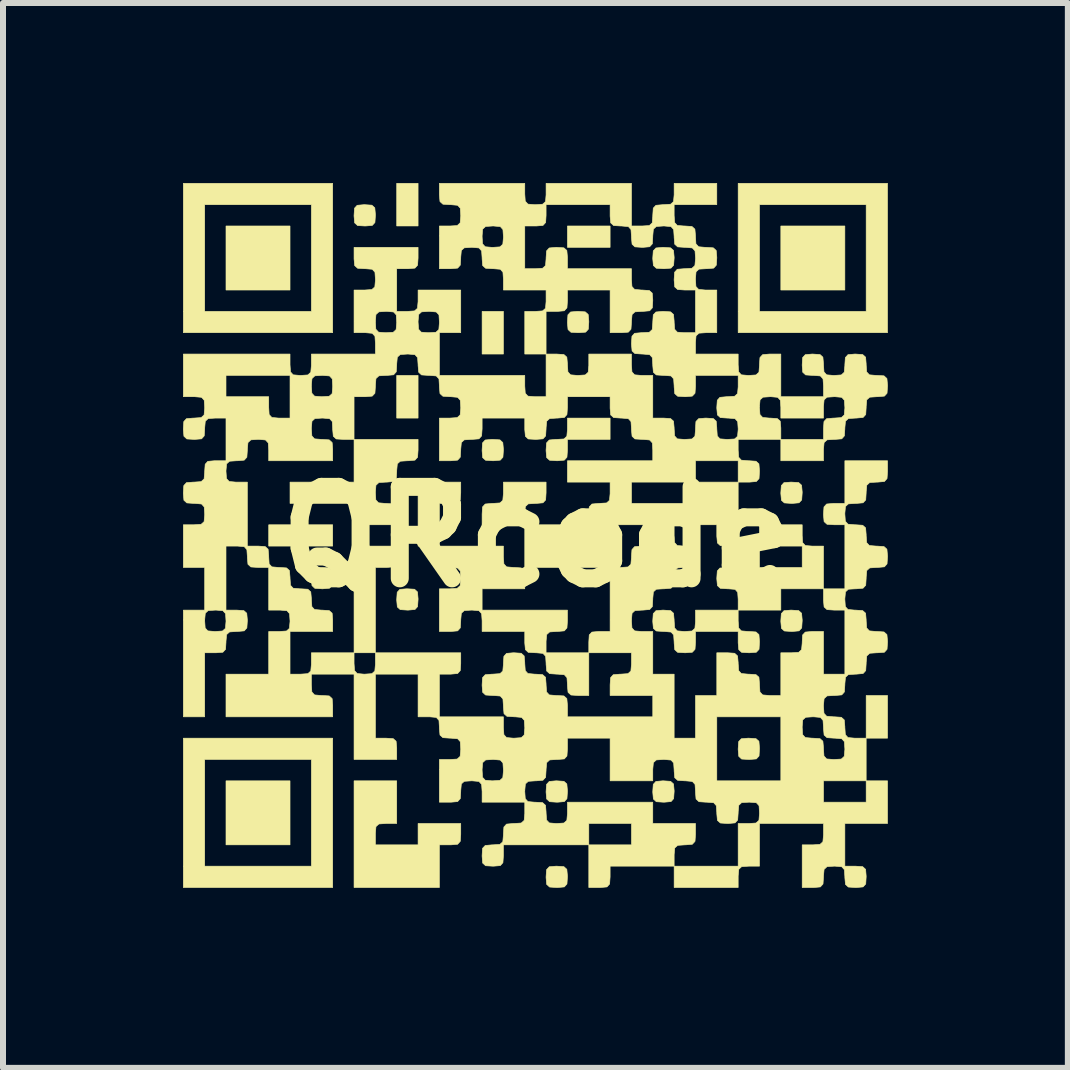
<source format=kicad_pcb>
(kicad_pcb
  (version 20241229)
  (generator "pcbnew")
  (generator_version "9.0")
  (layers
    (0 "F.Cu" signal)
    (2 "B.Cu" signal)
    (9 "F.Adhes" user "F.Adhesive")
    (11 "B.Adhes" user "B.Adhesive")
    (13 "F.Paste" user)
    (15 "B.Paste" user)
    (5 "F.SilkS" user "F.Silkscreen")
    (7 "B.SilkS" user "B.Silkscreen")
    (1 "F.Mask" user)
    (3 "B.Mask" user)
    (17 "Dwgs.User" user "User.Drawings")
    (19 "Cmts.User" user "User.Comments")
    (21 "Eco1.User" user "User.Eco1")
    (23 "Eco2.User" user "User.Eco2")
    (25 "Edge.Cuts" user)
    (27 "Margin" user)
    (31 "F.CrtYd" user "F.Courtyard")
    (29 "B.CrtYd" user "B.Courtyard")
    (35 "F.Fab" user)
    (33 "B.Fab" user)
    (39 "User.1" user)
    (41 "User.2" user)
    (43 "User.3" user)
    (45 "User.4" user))
  (footprint "QRcode"
    (layer "F.Cu")
    (at 5.898 5.898)
    (property "Reference" "QRcode" (at 0 0 0) (layer "F.SilkS") (effects (font (size 1.524 1.524) (thickness 0.3))))
    (attr through_hole)
    (fp_poly (pts (xy -4.115 -4.115) (xy -5.182 -4.115) (xy -5.182 -5.182) (xy -4.115 -5.182) (xy -4.115 -4.115)) (stroke (width 0.01) (type solid)) (fill yes) (layer "F.SilkS"))
    (fp_poly (pts (xy -4.115 5.131) (xy -5.182 5.131) (xy -5.182 4.064) (xy -4.115 4.064) (xy -4.115 5.131)) (stroke (width 0.01) (type solid)) (fill yes) (layer "F.SilkS"))
    (fp_poly (pts (xy -3.404 0.152) (xy -4.47 0.152) (xy -4.47 -0.203) (xy -3.404 -0.203) (xy -3.404 0.152)) (stroke (width 0.01) (type solid)) (fill yes) (layer "F.SilkS"))
    (fp_poly (pts (xy -1.981 -5.182) (xy -2.337 -5.182) (xy -2.337 -5.893) (xy -1.981 -5.893) (xy -1.981 -5.182)) (stroke (width 0.01) (type solid)) (fill yes) (layer "F.SilkS"))
    (fp_poly (pts (xy -1.981 -1.981) (xy -2.337 -1.981) (xy -2.337 -2.692) (xy -1.981 -2.692) (xy -1.981 -1.981)) (stroke (width 0.01) (type solid)) (fill yes) (layer "F.SilkS"))
    (fp_poly (pts (xy -0.559 -3.048) (xy -0.914 -3.048) (xy -0.914 -3.759) (xy -0.559 -3.759) (xy -0.559 -3.048)) (stroke (width 0.01) (type solid)) (fill yes) (layer "F.SilkS"))
    (fp_poly (pts (xy 1.219 -4.826) (xy 0.508 -4.826) (xy 0.508 -5.182) (xy 1.219 -5.182) (xy 1.219 -4.826)) (stroke (width 0.01) (type solid)) (fill yes) (layer "F.SilkS"))
    (fp_poly (pts (xy 5.131 -4.115) (xy 4.064 -4.115) (xy 4.064 -5.182) (xy 5.131 -5.182) (xy 5.131 -4.115)) (stroke (width 0.01) (type solid)) (fill yes) (layer "F.SilkS"))
    (fp_poly (pts (xy 5.842 3.353) (xy 5.486 3.353) (xy 5.486 2.642) (xy 5.842 2.642) (xy 5.842 3.353)) (stroke (width 0.01) (type solid)) (fill yes) (layer "F.SilkS"))
    (fp_poly (pts (xy -2.337 0.33) (xy -2.345 0.449) (xy -2.389 0.498) (xy -2.501 0.508) (xy -2.515 0.508) (xy -2.692 0.508) (xy -2.692 1.93) (xy -3.048 1.93) (xy -3.048 0.152) (xy -2.337 0.152) (xy -2.337 0.33)) (stroke (width 0.01) (type solid)) (fill yes) (layer "F.SilkS"))
    (fp_poly (pts (xy -3.404 -3.404) (xy -5.893 -3.404) (xy -5.893 -5.537) (xy -5.537 -5.537) (xy -5.537 -3.759) (xy -3.759 -3.759) (xy -3.759 -5.537) (xy -5.537 -5.537) (xy -5.893 -5.537) (xy -5.893 -5.893) (xy -3.404 -5.893) (xy -3.404 -3.404)) (stroke (width 0.01) (type solid)) (fill yes) (layer "F.SilkS"))
    (fp_poly (pts (xy -3.404 5.842) (xy -5.893 5.842) (xy -5.893 3.708) (xy -5.537 3.708) (xy -5.537 5.486) (xy -3.759 5.486) (xy -3.759 3.708) (xy -5.537 3.708) (xy -5.893 3.708) (xy -5.893 3.353) (xy -3.404 3.353) (xy -3.404 5.842)) (stroke (width 0.01) (type solid)) (fill yes) (layer "F.SilkS"))
    (fp_poly (pts (xy 5.842 -3.404) (xy 3.353 -3.404) (xy 3.353 -5.537) (xy 3.708 -5.537) (xy 3.708 -3.759) (xy 5.486 -3.759) (xy 5.486 -5.537) (xy 3.708 -5.537) (xy 3.353 -5.537) (xy 3.353 -5.893) (xy 5.842 -5.893) (xy 5.842 -3.404)) (stroke (width 0.01) (type solid)) (fill yes) (layer "F.SilkS"))
    (fp_poly (pts (xy -3.462 0.516) (xy -3.413 0.56) (xy -3.404 0.672) (xy -3.404 0.686) (xy -3.411 0.805) (xy -3.456 0.854) (xy -3.568 0.864) (xy -3.581 0.864) (xy -3.701 0.856) (xy -3.749 0.811) (xy -3.759 0.699) (xy -3.759 0.686) (xy -3.751 0.567) (xy -3.707 0.518) (xy -3.595 0.508) (xy -3.581 0.508) (xy -3.462 0.516)) (stroke (width 0.01) (type solid)) (fill yes) (layer "F.SilkS"))
    (fp_poly (pts (xy -2.751 -5.529) (xy -2.702 -5.485) (xy -2.692 -5.373) (xy -2.692 -5.359) (xy -2.7 -5.24) (xy -2.745 -5.191) (xy -2.857 -5.182) (xy -2.87 -5.182) (xy -2.989 -5.189) (xy -3.038 -5.234) (xy -3.048 -5.346) (xy -3.048 -5.359) (xy -3.04 -5.479) (xy -2.996 -5.527) (xy -2.884 -5.537) (xy -2.87 -5.537) (xy -2.751 -5.529)) (stroke (width 0.01) (type solid)) (fill yes) (layer "F.SilkS"))
    (fp_poly (pts (xy -2.04 0.871) (xy -1.991 0.916) (xy -1.981 1.028) (xy -1.981 1.041) (xy -1.989 1.161) (xy -2.033 1.209) (xy -2.145 1.219) (xy -2.159 1.219) (xy -2.278 1.211) (xy -2.327 1.167) (xy -2.337 1.055) (xy -2.337 1.041) (xy -2.329 0.922) (xy -2.285 0.873) (xy -2.173 0.864) (xy -2.159 0.864) (xy -2.04 0.871)) (stroke (width 0.01) (type solid)) (fill yes) (layer "F.SilkS"))
    (fp_poly (pts (xy -0.617 -1.618) (xy -0.569 -1.573) (xy -0.559 -1.461) (xy -0.559 -1.448) (xy -0.567 -1.329) (xy -0.611 -1.28) (xy -0.723 -1.27) (xy -0.737 -1.27) (xy -0.856 -1.278) (xy -0.905 -1.322) (xy -0.914 -1.434) (xy -0.914 -1.448) (xy -0.907 -1.567) (xy -0.862 -1.616) (xy -0.75 -1.626) (xy -0.737 -1.626) (xy -0.617 -1.618)) (stroke (width 0.01) (type solid)) (fill yes) (layer "F.SilkS"))
    (fp_poly (pts (xy 0.449 4.072) (xy 0.498 4.116) (xy 0.508 4.228) (xy 0.508 4.242) (xy 0.5 4.361) (xy 0.456 4.41) (xy 0.344 4.42) (xy 0.33 4.42) (xy 0.211 4.412) (xy 0.162 4.367) (xy 0.152 4.255) (xy 0.152 4.242) (xy 0.16 4.123) (xy 0.205 4.074) (xy 0.317 4.064) (xy 0.33 4.064) (xy 0.449 4.072)) (stroke (width 0.01) (type solid)) (fill yes) (layer "F.SilkS"))
    (fp_poly (pts (xy 0.449 5.494) (xy 0.498 5.539) (xy 0.508 5.651) (xy 0.508 5.664) (xy 0.5 5.783) (xy 0.456 5.832) (xy 0.344 5.842) (xy 0.33 5.842) (xy 0.211 5.834) (xy 0.162 5.79) (xy 0.152 5.678) (xy 0.152 5.664) (xy 0.16 5.545) (xy 0.205 5.496) (xy 0.317 5.486) (xy 0.33 5.486) (xy 0.449 5.494)) (stroke (width 0.01) (type solid)) (fill yes) (layer "F.SilkS"))
    (fp_poly (pts (xy 0.805 -3.751) (xy 0.854 -3.707) (xy 0.864 -3.595) (xy 0.864 -3.581) (xy 0.856 -3.462) (xy 0.811 -3.413) (xy 0.699 -3.404) (xy 0.686 -3.404) (xy 0.567 -3.411) (xy 0.518 -3.456) (xy 0.508 -3.568) (xy 0.508 -3.581) (xy 0.516 -3.701) (xy 0.56 -3.749) (xy 0.672 -3.759) (xy 0.686 -3.759) (xy 0.805 -3.751)) (stroke (width 0.01) (type solid)) (fill yes) (layer "F.SilkS"))
    (fp_poly (pts (xy 2.227 -4.818) (xy 2.276 -4.774) (xy 2.286 -4.662) (xy 2.286 -4.648) (xy 2.278 -4.529) (xy 2.234 -4.48) (xy 2.122 -4.47) (xy 2.108 -4.47) (xy 1.989 -4.478) (xy 1.94 -4.523) (xy 1.93 -4.635) (xy 1.93 -4.648) (xy 1.938 -4.767) (xy 1.983 -4.816) (xy 2.095 -4.826) (xy 2.108 -4.826) (xy 2.227 -4.818)) (stroke (width 0.01) (type solid)) (fill yes) (layer "F.SilkS"))
    (fp_poly (pts (xy 2.227 4.072) (xy 2.276 4.116) (xy 2.286 4.228) (xy 2.286 4.242) (xy 2.278 4.361) (xy 2.234 4.41) (xy 2.122 4.42) (xy 2.108 4.42) (xy 1.989 4.412) (xy 1.94 4.367) (xy 1.93 4.255) (xy 1.93 4.242) (xy 1.938 4.123) (xy 1.983 4.074) (xy 2.095 4.064) (xy 2.108 4.064) (xy 2.227 4.072)) (stroke (width 0.01) (type solid)) (fill yes) (layer "F.SilkS"))
    (fp_poly (pts (xy 3.65 3.361) (xy 3.699 3.405) (xy 3.708 3.517) (xy 3.708 3.531) (xy 3.701 3.65) (xy 3.656 3.699) (xy 3.544 3.708) (xy 3.531 3.708) (xy 3.411 3.701) (xy 3.363 3.656) (xy 3.353 3.544) (xy 3.353 3.531) (xy 3.361 3.411) (xy 3.405 3.363) (xy 3.517 3.353) (xy 3.531 3.353) (xy 3.65 3.361)) (stroke (width 0.01) (type solid)) (fill yes) (layer "F.SilkS"))
    (fp_poly (pts (xy 4.361 -0.907) (xy 4.41 -0.862) (xy 4.42 -0.75) (xy 4.42 -0.737) (xy 4.412 -0.617) (xy 4.367 -0.569) (xy 4.255 -0.559) (xy 4.242 -0.559) (xy 4.123 -0.567) (xy 4.074 -0.611) (xy 4.064 -0.723) (xy 4.064 -0.737) (xy 4.072 -0.856) (xy 4.116 -0.905) (xy 4.228 -0.914) (xy 4.242 -0.914) (xy 4.361 -0.907)) (stroke (width 0.01) (type solid)) (fill yes) (layer "F.SilkS"))
    (fp_poly (pts (xy 4.361 1.227) (xy 4.41 1.271) (xy 4.42 1.383) (xy 4.42 1.397) (xy 4.412 1.516) (xy 4.367 1.565) (xy 4.255 1.575) (xy 4.242 1.575) (xy 4.123 1.567) (xy 4.074 1.523) (xy 4.064 1.411) (xy 4.064 1.397) (xy 4.072 1.278) (xy 4.116 1.229) (xy 4.228 1.219) (xy 4.242 1.219) (xy 4.361 1.227)) (stroke (width 0.01) (type solid)) (fill yes) (layer "F.SilkS"))
    (fp_poly (pts (xy -2.337 4.775) (xy -2.515 4.775) (xy -2.634 4.783) (xy -2.683 4.827) (xy -2.692 4.939) (xy -2.692 4.953) (xy -2.692 5.131) (xy -1.981 5.131) (xy -1.981 4.775) (xy -1.27 4.775) (xy -1.27 4.953) (xy -1.278 5.072) (xy -1.322 5.121) (xy -1.434 5.131) (xy -1.448 5.131) (xy -1.626 5.131) (xy -1.626 5.842) (xy -3.048 5.842) (xy -3.048 4.064) (xy -2.337 4.064) (xy -2.337 4.775)) (stroke (width 0.01) (type solid)) (fill yes) (layer "F.SilkS"))
    (fp_poly (pts (xy 1.219 -1.626) (xy 0.508 -1.626) (xy 0.508 -1.448) (xy 0.5 -1.329) (xy 0.456 -1.28) (xy 0.344 -1.27) (xy 0.33 -1.27) (xy 0.211 -1.278) (xy 0.162 -1.322) (xy 0.152 -1.434) (xy 0.152 -1.448) (xy 0.16 -1.567) (xy 0.205 -1.616) (xy 0.317 -1.626) (xy 0.33 -1.626) (xy 0.449 -1.633) (xy 0.498 -1.678) (xy 0.508 -1.79) (xy 0.508 -1.803) (xy 0.508 -1.981) (xy 1.219 -1.981) (xy 1.219 -1.626)) (stroke (width 0.01) (type solid)) (fill yes) (layer "F.SilkS"))
    (fp_poly (pts (xy 0.152 -0.737) (xy 0.145 -0.617) (xy 0.1 -0.569) (xy -0.012 -0.559) (xy -0.025 -0.559) (xy -0.145 -0.551) (xy -0.193 -0.507) (xy -0.203 -0.395) (xy -0.203 -0.381) (xy -0.203 -0.203) (xy -0.914 -0.203) (xy -0.914 -0.381) (xy -0.907 -0.5) (xy -0.862 -0.549) (xy -0.75 -0.559) (xy -0.737 -0.559) (xy -0.617 -0.567) (xy -0.569 -0.611) (xy -0.559 -0.723) (xy -0.559 -0.737) (xy -0.559 -0.914) (xy 0.152 -0.914) (xy 0.152 -0.737)) (stroke (width 0.01) (type solid)) (fill yes) (layer "F.SilkS"))
    (fp_poly (pts (xy -1.981 -1.448) (xy -1.989 -1.329) (xy -2.033 -1.28) (xy -2.145 -1.27) (xy -2.159 -1.27) (xy -2.278 -1.262) (xy -2.327 -1.218) (xy -2.337 -1.106) (xy -2.337 -1.092) (xy -2.345 -0.973) (xy -2.389 -0.924) (xy -2.501 -0.914) (xy -2.515 -0.914) (xy -2.634 -0.907) (xy -2.683 -0.862) (xy -2.692 -0.75) (xy -2.692 -0.737) (xy -2.685 -0.617) (xy -2.64 -0.569) (xy -2.528 -0.559) (xy -2.515 -0.559) (xy -2.395 -0.551) (xy -2.347 -0.507) (xy -2.337 -0.395) (xy -2.337 -0.381) (xy -2.337 -0.203) (xy -3.048 -0.203) (xy -3.048 -0.559) (xy -4.115 -0.559) (xy -4.115 -0.914) (xy -3.048 -0.914) (xy -3.048 -1.626) (xy -1.981 -1.626) (xy -1.981 -1.448)) (stroke (width 0.01) (type solid)) (fill yes) (layer "F.SilkS"))
    (fp_poly (pts (xy 3.353 1.397) (xy 3.361 1.516) (xy 3.405 1.565) (xy 3.517 1.575) (xy 3.531 1.575) (xy 3.65 1.583) (xy 3.699 1.627) (xy 3.708 1.739) (xy 3.708 1.753) (xy 3.701 1.872) (xy 3.656 1.921) (xy 3.544 1.93) (xy 3.531 1.93) (xy 3.411 1.923) (xy 3.363 1.878) (xy 3.353 1.766) (xy 3.353 1.753) (xy 3.353 1.575) (xy 2.642 1.575) (xy 2.642 1.753) (xy 2.634 1.872) (xy 2.589 1.921) (xy 2.477 1.93) (xy 2.464 1.93) (xy 2.345 1.923) (xy 2.296 1.878) (xy 2.286 1.766) (xy 2.286 1.753) (xy 2.278 1.633) (xy 2.234 1.585) (xy 2.122 1.575) (xy 2.108 1.575) (xy 1.989 1.567) (xy 1.94 1.523) (xy 1.93 1.411) (xy 1.93 1.397) (xy 1.938 1.278) (xy 1.983 1.229) (xy 2.095 1.219) (xy 2.108 1.219) (xy 2.227 1.227) (xy 2.276 1.271) (xy 2.286 1.383) (xy 2.286 1.397) (xy 2.294 1.516) (xy 2.338 1.565) (xy 2.45 1.575) (xy 2.464 1.575) (xy 2.583 1.567) (xy 2.632 1.523) (xy 2.642 1.411) (xy 2.642 1.397) (xy 2.642 1.219) (xy 3.353 1.219) (xy 3.353 1.397)) (stroke (width 0.01) (type solid)) (fill yes) (layer "F.SilkS"))
    (fp_poly (pts (xy -1.27 -0.737) (xy -1.278 -0.617) (xy -1.322 -0.569) (xy -1.434 -0.559) (xy -1.448 -0.559) (xy -1.626 -0.559) (xy -1.626 0.152) (xy -0.559 0.152) (xy -0.559 0.33) (xy -0.551 0.449) (xy -0.507 0.498) (xy -0.395 0.508) (xy -0.381 0.508) (xy -0.262 0.516) (xy -0.213 0.56) (xy -0.203 0.672) (xy -0.203 0.686) (xy -0.203 0.864) (xy -0.914 0.864) (xy -0.914 1.219) (xy 0.508 1.219) (xy 0.508 1.397) (xy 0.5 1.516) (xy 0.456 1.565) (xy 0.344 1.575) (xy 0.33 1.575) (xy 0.211 1.583) (xy 0.162 1.627) (xy 0.152 1.739) (xy 0.152 1.753) (xy 0.152 1.93) (xy 0.864 1.93) (xy 0.864 2.642) (xy 0.686 2.642) (xy 0.567 2.634) (xy 0.518 2.589) (xy 0.508 2.477) (xy 0.508 2.464) (xy 0.5 2.345) (xy 0.456 2.296) (xy 0.344 2.286) (xy 0.33 2.286) (xy 0.211 2.278) (xy 0.162 2.234) (xy 0.152 2.122) (xy 0.152 2.108) (xy 0.145 1.989) (xy 0.1 1.94) (xy -0.012 1.93) (xy -0.025 1.93) (xy -0.145 1.923) (xy -0.193 1.878) (xy -0.203 1.766) (xy -0.203 1.753) (xy -0.203 1.575) (xy -0.914 1.575) (xy -0.914 1.397) (xy -0.922 1.278) (xy -0.967 1.229) (xy -1.079 1.219) (xy -1.092 1.219) (xy -1.211 1.227) (xy -1.26 1.271) (xy -1.27 1.383) (xy -1.27 1.397) (xy -1.278 1.516) (xy -1.322 1.565) (xy -1.434 1.575) (xy -1.448 1.575) (xy -1.626 1.575) (xy -1.626 0.864) (xy -1.448 0.864) (xy -1.329 0.856) (xy -1.28 0.811) (xy -1.27 0.699) (xy -1.27 0.686) (xy -1.278 0.567) (xy -1.322 0.518) (xy -1.434 0.508) (xy -1.448 0.508) (xy -1.567 0.5) (xy -1.616 0.456) (xy -1.626 0.344) (xy -1.626 0.33) (xy -1.633 0.211) (xy -1.678 0.162) (xy -1.79 0.152) (xy -1.803 0.152) (xy -1.981 0.152) (xy -1.981 -0.914) (xy -1.27 -0.914) (xy -1.27 -0.737)) (stroke (width 0.01) (type solid)) (fill yes) (layer "F.SilkS"))
    (fp_poly (pts (xy 5.842 4.064) (xy 5.842 4.775) (xy 5.131 4.775) (xy 5.131 5.486) (xy 5.309 5.486) (xy 5.428 5.494) (xy 5.477 5.539) (xy 5.486 5.651) (xy 5.486 5.664) (xy 5.479 5.783) (xy 5.434 5.832) (xy 5.322 5.842) (xy 5.309 5.842) (xy 5.189 5.834) (xy 5.141 5.79) (xy 5.131 5.678) (xy 5.131 5.664) (xy 5.123 5.545) (xy 5.079 5.496) (xy 4.967 5.486) (xy 4.953 5.486) (xy 4.834 5.494) (xy 4.785 5.539) (xy 4.775 5.651) (xy 4.775 5.664) (xy 4.767 5.783) (xy 4.723 5.832) (xy 4.611 5.842) (xy 4.597 5.842) (xy 4.42 5.842) (xy 4.42 5.131) (xy 4.597 5.131) (xy 4.717 5.123) (xy 4.765 5.079) (xy 4.775 4.967) (xy 4.775 4.953) (xy 4.775 4.775) (xy 3.708 4.775) (xy 3.708 5.486) (xy 3.531 5.486) (xy 3.411 5.494) (xy 3.363 5.539) (xy 3.353 5.651) (xy 3.353 5.664) (xy 3.353 5.842) (xy 2.286 5.842) (xy 2.286 5.486) (xy 1.219 5.486) (xy 1.219 5.664) (xy 1.211 5.783) (xy 1.167 5.832) (xy 1.055 5.842) (xy 1.041 5.842) (xy 0.864 5.842) (xy 0.864 5.131) (xy -0.559 5.131) (xy -0.559 5.309) (xy -0.567 5.428) (xy -0.611 5.477) (xy -0.723 5.486) (xy -0.737 5.486) (xy -0.856 5.479) (xy -0.905 5.434) (xy -0.914 5.322) (xy -0.914 5.309) (xy -0.907 5.189) (xy -0.862 5.141) (xy -0.75 5.131) (xy -0.737 5.131) (xy -0.617 5.123) (xy -0.569 5.079) (xy -0.559 4.967) (xy -0.559 4.953) (xy -0.551 4.834) (xy -0.507 4.785) (xy -0.395 4.775) (xy -0.381 4.775) (xy -0.262 4.767) (xy -0.213 4.723) (xy -0.203 4.611) (xy -0.203 4.597) (xy -0.203 4.42) (xy -0.914 4.42) (xy -0.914 4.242) (xy -0.203 4.242) (xy -0.195 4.361) (xy -0.151 4.41) (xy -0.039 4.42) (xy -0.025 4.42) (xy 0.094 4.427) (xy 0.143 4.472) (xy 0.152 4.584) (xy 0.152 4.597) (xy 0.16 4.717) (xy 0.205 4.765) (xy 0.317 4.775) (xy 0.33 4.775) (xy 0.864 4.775) (xy 0.864 5.131) (xy 1.575 5.131) (xy 1.575 4.775) (xy 0.864 4.775) (xy 0.33 4.775) (xy 0.449 4.767) (xy 0.498 4.723) (xy 0.508 4.611) (xy 0.508 4.597) (xy 0.508 4.42) (xy 1.93 4.42) (xy 1.93 4.775) (xy 2.642 4.775) (xy 2.642 4.953) (xy 2.634 5.072) (xy 2.589 5.121) (xy 2.477 5.131) (xy 2.464 5.131) (xy 2.345 5.139) (xy 2.296 5.183) (xy 2.286 5.295) (xy 2.286 5.309) (xy 2.286 5.486) (xy 3.353 5.486) (xy 3.353 4.775) (xy 3.531 4.775) (xy 3.65 4.767) (xy 3.699 4.723) (xy 3.708 4.611) (xy 3.708 4.597) (xy 3.701 4.478) (xy 3.656 4.429) (xy 3.544 4.42) (xy 3.531 4.42) (xy 3.411 4.427) (xy 3.363 4.472) (xy 3.353 4.584) (xy 3.353 4.597) (xy 3.345 4.717) (xy 3.301 4.765) (xy 3.189 4.775) (xy 3.175 4.775) (xy 3.056 4.767) (xy 3.007 4.723) (xy 2.997 4.611) (xy 2.997 4.597) (xy 2.989 4.478) (xy 2.945 4.429) (xy 2.833 4.42) (xy 2.819 4.42) (xy 2.7 4.412) (xy 2.651 4.367) (xy 2.642 4.255) (xy 2.642 4.242) (xy 2.634 4.123) (xy 2.589 4.074) (xy 2.477 4.064) (xy 2.464 4.064) (xy 2.345 4.056) (xy 2.296 4.012) (xy 2.286 3.9) (xy 2.286 3.886) (xy 2.278 3.767) (xy 2.234 3.718) (xy 2.122 3.708) (xy 2.108 3.708) (xy 1.989 3.716) (xy 1.94 3.761) (xy 1.93 3.873) (xy 1.93 3.886) (xy 1.93 4.064) (xy 1.219 4.064) (xy 1.219 3.353) (xy 0.508 3.353) (xy 0.508 3.531) (xy 0.5 3.65) (xy 0.456 3.699) (xy 0.344 3.708) (xy 0.33 3.708) (xy 0.211 3.716) (xy 0.162 3.761) (xy 0.152 3.873) (xy 0.152 3.886) (xy 0.145 4.005) (xy 0.1 4.054) (xy -0.012 4.064) (xy -0.025 4.064) (xy -0.145 4.072) (xy -0.193 4.116) (xy -0.203 4.228) (xy -0.203 4.242) (xy -0.914 4.242) (xy -0.922 4.123) (xy -0.967 4.074) (xy -1.079 4.064) (xy -1.092 4.064) (xy -1.211 4.072) (xy -1.26 4.116) (xy -1.27 4.228) (xy -1.27 4.242) (xy -1.278 4.361) (xy -1.322 4.41) (xy -1.434 4.42) (xy -1.448 4.42) (xy -1.626 4.42) (xy -1.626 3.886) (xy -0.914 3.886) (xy -0.907 4.005) (xy -0.862 4.054) (xy -0.75 4.064) (xy -0.737 4.064) (xy -0.617 4.056) (xy -0.569 4.012) (xy -0.559 3.9) (xy -0.559 3.886) (xy -0.567 3.767) (xy -0.611 3.718) (xy -0.723 3.708) (xy -0.737 3.708) (xy -0.856 3.716) (xy -0.905 3.761) (xy -0.914 3.873) (xy -0.914 3.886) (xy -1.626 3.886) (xy -1.626 3.708) (xy -1.448 3.708) (xy -1.329 3.701) (xy -1.28 3.656) (xy -1.27 3.544) (xy -1.27 3.531) (xy -1.278 3.411) (xy -1.322 3.363) (xy -1.434 3.353) (xy -1.448 3.353) (xy -1.567 3.345) (xy -1.616 3.301) (xy -1.626 3.189) (xy -1.626 3.175) (xy -1.633 3.056) (xy -1.678 3.007) (xy -1.79 2.997) (xy -1.803 2.997) (xy -1.981 2.997) (xy -1.981 2.286) (xy -2.692 2.286) (xy -2.692 3.353) (xy -2.515 3.353) (xy -2.395 3.361) (xy -2.347 3.405) (xy -2.337 3.517) (xy -2.337 3.531) (xy -2.337 3.708) (xy -3.048 3.708) (xy -3.048 2.286) (xy -3.759 2.286) (xy -3.759 2.464) (xy -3.751 2.583) (xy -3.707 2.632) (xy -3.595 2.642) (xy -3.581 2.642) (xy -3.462 2.649) (xy -3.413 2.694) (xy -3.404 2.806) (xy -3.404 2.819) (xy -3.404 2.997) (xy -5.182 2.997) (xy -5.182 2.286) (xy -4.47 2.286) (xy -4.47 1.575) (xy -4.293 1.575) (xy -4.173 1.567) (xy -4.125 1.523) (xy -4.115 1.411) (xy -4.115 1.397) (xy -4.123 1.278) (xy -4.167 1.229) (xy -4.279 1.219) (xy -4.293 1.219) (xy -4.47 1.219) (xy -4.47 0.508) (xy -4.648 0.508) (xy -4.767 0.5) (xy -4.816 0.456) (xy -4.826 0.344) (xy -4.826 0.33) (xy -4.834 0.211) (xy -4.878 0.162) (xy -4.99 0.152) (xy -5.004 0.152) (xy -5.182 0.152) (xy -5.182 1.219) (xy -5.004 1.219) (xy -4.885 1.227) (xy -4.836 1.271) (xy -4.826 1.383) (xy -4.826 1.397) (xy -4.834 1.516) (xy -4.878 1.565) (xy -4.99 1.575) (xy -5.004 1.575) (xy -5.123 1.583) (xy -5.172 1.627) (xy -5.182 1.739) (xy -5.182 1.753) (xy -5.189 1.872) (xy -5.234 1.921) (xy -5.346 1.93) (xy -5.359 1.93) (xy -5.537 1.93) (xy -5.537 2.997) (xy -5.893 2.997) (xy -5.893 1.397) (xy -5.537 1.397) (xy -5.529 1.516) (xy -5.485 1.565) (xy -5.373 1.575) (xy -5.359 1.575) (xy -5.24 1.567) (xy -5.191 1.523) (xy -5.182 1.411) (xy -5.182 1.397) (xy -5.189 1.278) (xy -5.234 1.229) (xy -5.346 1.219) (xy -5.359 1.219) (xy -5.479 1.227) (xy -5.527 1.271) (xy -5.537 1.383) (xy -5.537 1.397) (xy -5.893 1.397) (xy -5.893 1.219) (xy -5.537 1.219) (xy -5.537 0.508) (xy -5.893 0.508) (xy -5.893 -0.203) (xy -5.715 -0.203) (xy -5.596 -0.211) (xy -5.547 -0.255) (xy -5.537 -0.367) (xy -5.537 -0.381) (xy -5.545 -0.5) (xy -5.589 -0.549) (xy -5.701 -0.559) (xy -5.715 -0.559) (xy -5.834 -0.567) (xy -5.883 -0.611) (xy -5.893 -0.723) (xy -5.893 -0.737) (xy -5.885 -0.856) (xy -5.841 -0.905) (xy -5.729 -0.914) (xy -5.715 -0.914) (xy -5.596 -0.922) (xy -5.547 -0.967) (xy -5.537 -1.079) (xy -5.537 -1.092) (xy -5.182 -1.092) (xy -5.174 -0.973) (xy -5.129 -0.924) (xy -5.017 -0.914) (xy -5.004 -0.914) (xy -4.826 -0.914) (xy -4.826 0.152) (xy -4.648 0.152) (xy -4.529 0.16) (xy -4.48 0.205) (xy -4.47 0.317) (xy -4.47 0.33) (xy -4.463 0.449) (xy -4.418 0.498) (xy -4.306 0.508) (xy -4.293 0.508) (xy -4.173 0.516) (xy -4.125 0.56) (xy -4.115 0.672) (xy -4.115 0.686) (xy -4.107 0.805) (xy -4.063 0.854) (xy -3.951 0.864) (xy -3.937 0.864) (xy -3.818 0.871) (xy -3.769 0.916) (xy -3.759 1.028) (xy -3.759 1.041) (xy -3.751 1.161) (xy -3.707 1.209) (xy -3.595 1.219) (xy -3.581 1.219) (xy -3.462 1.227) (xy -3.413 1.271) (xy -3.404 1.383) (xy -3.404 1.397) (xy -3.404 1.575) (xy -4.115 1.575) (xy -4.115 2.286) (xy -3.937 2.286) (xy -3.818 2.278) (xy -3.769 2.234) (xy -3.759 2.122) (xy -3.759 2.108) (xy -3.759 1.93) (xy -3.048 1.93) (xy -3.048 2.108) (xy -3.04 2.227) (xy -2.996 2.276) (xy -2.884 2.286) (xy -2.87 2.286) (xy -2.751 2.278) (xy -2.702 2.234) (xy -2.692 2.122) (xy -2.692 2.108) (xy -2.692 1.93) (xy -1.27 1.93) (xy -1.27 2.108) (xy -1.278 2.227) (xy -1.322 2.276) (xy -1.434 2.286) (xy -1.448 2.286) (xy -1.626 2.286) (xy -1.626 2.997) (xy -0.559 2.997) (xy -0.559 3.175) (xy -0.551 3.294) (xy -0.507 3.343) (xy -0.395 3.353) (xy -0.381 3.353) (xy -0.262 3.345) (xy -0.213 3.301) (xy -0.203 3.189) (xy -0.203 3.175) (xy -0.211 3.056) (xy -0.255 3.007) (xy -0.367 2.997) (xy -0.381 2.997) (xy -0.5 2.989) (xy -0.549 2.945) (xy -0.559 2.833) (xy -0.559 2.819) (xy -0.567 2.7) (xy -0.611 2.651) (xy -0.723 2.642) (xy -0.737 2.642) (xy -0.856 2.634) (xy -0.905 2.589) (xy -0.914 2.477) (xy -0.914 2.464) (xy -0.907 2.345) (xy -0.862 2.296) (xy -0.75 2.286) (xy -0.737 2.286) (xy -0.617 2.278) (xy -0.569 2.234) (xy -0.559 2.122) (xy -0.559 2.108) (xy -0.551 1.989) (xy -0.507 1.94) (xy -0.395 1.93) (xy -0.381 1.93) (xy -0.262 1.938) (xy -0.213 1.983) (xy -0.203 2.095) (xy -0.203 2.108) (xy -0.195 2.227) (xy -0.151 2.276) (xy -0.039 2.286) (xy -0.025 2.286) (xy 0.094 2.294) (xy 0.143 2.338) (xy 0.152 2.45) (xy 0.152 2.464) (xy 0.16 2.583) (xy 0.205 2.632) (xy 0.317 2.642) (xy 0.33 2.642) (xy 0.449 2.649) (xy 0.498 2.694) (xy 0.508 2.806) (xy 0.508 2.819) (xy 0.508 2.997) (xy 1.93 2.997) (xy 1.93 2.642) (xy 1.219 2.642) (xy 1.219 2.464) (xy 1.227 2.345) (xy 1.271 2.296) (xy 1.383 2.286) (xy 1.397 2.286) (xy 1.516 2.278) (xy 1.565 2.234) (xy 1.575 2.122) (xy 1.575 2.108) (xy 1.575 1.93) (xy 0.864 1.93) (xy 0.864 1.753) (xy 0.871 1.633) (xy 0.916 1.585) (xy 1.028 1.575) (xy 1.041 1.575) (xy 1.219 1.575) (xy 1.219 1.397) (xy 1.575 1.397) (xy 1.583 1.516) (xy 1.627 1.565) (xy 1.739 1.575) (xy 1.753 1.575) (xy 1.93 1.575) (xy 1.93 2.286) (xy 2.286 2.286) (xy 2.286 3.353) (xy 2.642 3.353) (xy 2.642 2.997) (xy 2.997 2.997) (xy 2.997 4.064) (xy 4.064 4.064) (xy 4.775 4.064) (xy 4.775 4.42) (xy 5.486 4.42) (xy 5.486 4.064) (xy 4.775 4.064) (xy 4.064 4.064) (xy 4.064 3.175) (xy 4.42 3.175) (xy 4.427 3.294) (xy 4.472 3.343) (xy 4.584 3.353) (xy 4.597 3.353) (xy 4.717 3.361) (xy 4.765 3.405) (xy 4.775 3.517) (xy 4.775 3.531) (xy 4.783 3.65) (xy 4.827 3.699) (xy 4.939 3.708) (xy 4.953 3.708) (xy 5.072 3.701) (xy 5.121 3.656) (xy 5.131 3.544) (xy 5.131 3.531) (xy 5.123 3.411) (xy 5.079 3.363) (xy 4.967 3.353) (xy 4.953 3.353) (xy 4.834 3.345) (xy 4.785 3.301) (xy 4.775 3.189) (xy 4.775 3.175) (xy 4.767 3.056) (xy 4.723 3.007) (xy 4.611 2.997) (xy 4.597 2.997) (xy 4.478 3.005) (xy 4.429 3.049) (xy 4.42 3.161) (xy 4.42 3.175) (xy 4.064 3.175) (xy 4.064 2.997) (xy 2.997 2.997) (xy 2.642 2.997) (xy 2.642 2.642) (xy 2.997 2.642) (xy 2.997 1.93) (xy 3.175 1.93) (xy 3.294 1.938) (xy 3.343 1.983) (xy 3.353 2.095) (xy 3.353 2.108) (xy 3.361 2.227) (xy 3.405 2.276) (xy 3.517 2.286) (xy 3.531 2.286) (xy 3.65 2.294) (xy 3.699 2.338) (xy 3.708 2.45) (xy 3.708 2.464) (xy 3.716 2.583) (xy 3.761 2.632) (xy 3.873 2.642) (xy 3.886 2.642) (xy 4.064 2.642) (xy 4.064 1.93) (xy 4.242 1.93) (xy 4.361 1.923) (xy 4.41 1.878) (xy 4.42 1.766) (xy 4.42 1.753) (xy 4.427 1.633) (xy 4.472 1.585) (xy 4.584 1.575) (xy 4.597 1.575) (xy 4.775 1.575) (xy 4.775 2.286) (xy 5.131 2.286) (xy 5.131 1.219) (xy 4.953 1.219) (xy 4.834 1.211) (xy 4.785 1.167) (xy 4.775 1.055) (xy 4.775 1.041) (xy 4.775 0.864) (xy 4.064 0.864) (xy 4.064 1.219) (xy 3.353 1.219) (xy 3.353 1.041) (xy 3.345 0.922) (xy 3.301 0.873) (xy 3.189 0.864) (xy 3.175 0.864) (xy 3.056 0.856) (xy 3.007 0.811) (xy 2.997 0.699) (xy 2.997 0.686) (xy 3.005 0.567) (xy 3.049 0.518) (xy 3.161 0.508) (xy 3.175 0.508) (xy 3.294 0.5) (xy 3.343 0.456) (xy 3.353 0.344) (xy 3.353 0.33) (xy 3.345 0.211) (xy 3.301 0.162) (xy 3.189 0.152) (xy 3.175 0.152) (xy 3.056 0.145) (xy 3.007 0.1) (xy 2.997 -0.012) (xy 2.997 -0.025) (xy 2.997 -0.203) (xy 2.286 -0.203) (xy 2.286 -0.025) (xy 2.294 0.094) (xy 2.338 0.143) (xy 2.45 0.152) (xy 2.464 0.152) (xy 2.583 0.16) (xy 2.632 0.205) (xy 2.642 0.317) (xy 2.642 0.33) (xy 2.634 0.449) (xy 2.589 0.498) (xy 2.477 0.508) (xy 2.464 0.508) (xy 2.345 0.516) (xy 2.296 0.56) (xy 2.286 0.672) (xy 2.286 0.686) (xy 2.278 0.805) (xy 2.234 0.854) (xy 2.122 0.864) (xy 2.108 0.864) (xy 1.989 0.871) (xy 1.94 0.916) (xy 1.93 1.028) (xy 1.93 1.041) (xy 1.923 1.161) (xy 1.878 1.209) (xy 1.766 1.219) (xy 1.753 1.219) (xy 1.633 1.227) (xy 1.585 1.271) (xy 1.575 1.383) (xy 1.575 1.397) (xy 1.219 1.397) (xy 1.219 0.508) (xy -0.203 0.508) (xy -0.203 -0.203) (xy 0.864 -0.203) (xy 1.219 -0.203) (xy 1.219 0.508) (xy 1.397 0.508) (xy 1.516 0.5) (xy 1.565 0.456) (xy 1.575 0.344) (xy 1.575 0.33) (xy 1.583 0.211) (xy 1.627 0.162) (xy 1.739 0.152) (xy 1.753 0.152) (xy 1.872 0.145) (xy 1.921 0.1) (xy 1.93 -0.012) (xy 1.93 -0.025) (xy 1.93 -0.203) (xy 1.219 -0.203) (xy 0.864 -0.203) (xy 0.864 -0.381) (xy 0.871 -0.5) (xy 0.916 -0.549) (xy 1.028 -0.559) (xy 1.041 -0.559) (xy 1.161 -0.567) (xy 1.209 -0.611) (xy 1.219 -0.723) (xy 1.219 -0.737) (xy 1.219 -0.914) (xy 1.575 -0.914) (xy 1.575 -0.559) (xy 2.642 -0.559) (xy 2.642 -0.914) (xy 1.575 -0.914) (xy 1.219 -0.914) (xy 0.508 -0.914) (xy 0.508 -1.27) (xy 1.93 -1.27) (xy 2.642 -1.27) (xy 2.642 -0.914) (xy 3.353 -0.914) (xy 3.353 -1.27) (xy 2.642 -1.27) (xy 1.93 -1.27) (xy 1.93 -1.448) (xy 1.923 -1.567) (xy 1.878 -1.616) (xy 1.766 -1.626) (xy 1.753 -1.626) (xy 1.633 -1.633) (xy 1.585 -1.678) (xy 1.575 -1.79) (xy 1.575 -1.803) (xy 1.567 -1.923) (xy 1.523 -1.971) (xy 1.411 -1.981) (xy 1.397 -1.981) (xy 1.278 -1.989) (xy 1.229 -2.033) (xy 1.219 -2.145) (xy 1.219 -2.159) (xy 1.219 -2.337) (xy 0.508 -2.337) (xy 0.508 -2.159) (xy 0.5 -2.04) (xy 0.456 -1.991) (xy 0.344 -1.981) (xy 0.33 -1.981) (xy 0.211 -1.973) (xy 0.162 -1.929) (xy 0.152 -1.817) (xy 0.152 -1.803) (xy 0.145 -1.684) (xy 0.1 -1.635) (xy -0.012 -1.626) (xy -0.025 -1.626) (xy -0.145 -1.633) (xy -0.193 -1.678) (xy -0.203 -1.79) (xy -0.203 -1.803) (xy -0.203 -1.981) (xy -0.914 -1.981) (xy -0.914 -1.803) (xy -0.922 -1.684) (xy -0.967 -1.635) (xy -1.079 -1.626) (xy -1.092 -1.626) (xy -1.211 -1.618) (xy -1.26 -1.573) (xy -1.27 -1.461) (xy -1.27 -1.448) (xy -1.278 -1.329) (xy -1.322 -1.28) (xy -1.434 -1.27) (xy -1.448 -1.27) (xy -1.626 -1.27) (xy -1.626 -1.981) (xy -1.448 -1.981) (xy -1.329 -1.989) (xy -1.28 -2.033) (xy -1.27 -2.145) (xy -1.27 -2.159) (xy -1.278 -2.278) (xy -1.322 -2.327) (xy -1.434 -2.337) (xy -1.448 -2.337) (xy -1.567 -2.345) (xy -1.616 -2.389) (xy -1.626 -2.501) (xy -1.626 -2.515) (xy -1.633 -2.634) (xy -1.678 -2.683) (xy -1.79 -2.692) (xy -1.803 -2.692) (xy -1.923 -2.7) (xy -1.971 -2.745) (xy -1.981 -2.857) (xy -1.981 -2.87) (xy -1.989 -2.989) (xy -2.033 -3.038) (xy -2.145 -3.048) (xy -2.159 -3.048) (xy -2.278 -3.04) (xy -2.327 -2.996) (xy -2.337 -2.884) (xy -2.337 -2.87) (xy -2.345 -2.751) (xy -2.389 -2.702) (xy -2.501 -2.692) (xy -2.515 -2.692) (xy -2.634 -2.685) (xy -2.683 -2.64) (xy -2.692 -2.528) (xy -2.692 -2.515) (xy -2.7 -2.395) (xy -2.745 -2.347) (xy -2.857 -2.337) (xy -2.87 -2.337) (xy -3.048 -2.337) (xy -3.048 -1.626) (xy -3.226 -1.626) (xy -3.345 -1.633) (xy -3.394 -1.678) (xy -3.404 -1.79) (xy -3.404 -1.803) (xy -3.411 -1.923) (xy -3.456 -1.971) (xy -3.568 -1.981) (xy -3.581 -1.981) (xy -3.701 -1.973) (xy -3.749 -1.929) (xy -3.759 -1.817) (xy -3.759 -1.803) (xy -3.751 -1.684) (xy -3.707 -1.635) (xy -3.595 -1.626) (xy -3.581 -1.626) (xy -3.462 -1.618) (xy -3.413 -1.573) (xy -3.404 -1.461) (xy -3.404 -1.448) (xy -3.404 -1.27) (xy -4.47 -1.27) (xy -4.47 -1.448) (xy -4.478 -1.567) (xy -4.523 -1.616) (xy -4.635 -1.626) (xy -4.648 -1.626) (xy -4.767 -1.618) (xy -4.816 -1.573) (xy -4.826 -1.461) (xy -4.826 -1.448) (xy -4.834 -1.329) (xy -4.878 -1.28) (xy -4.99 -1.27) (xy -5.004 -1.27) (xy -5.123 -1.262) (xy -5.172 -1.218) (xy -5.182 -1.106) (xy -5.182 -1.092) (xy -5.537 -1.092) (xy -5.529 -1.211) (xy -5.485 -1.26) (xy -5.373 -1.27) (xy -5.359 -1.27) (xy -5.182 -1.27) (xy -5.182 -1.981) (xy -5.359 -1.981) (xy -5.479 -1.973) (xy -5.527 -1.929) (xy -5.537 -1.817) (xy -5.537 -1.803) (xy -5.545 -1.684) (xy -5.589 -1.635) (xy -5.701 -1.626) (xy -5.715 -1.626) (xy -5.834 -1.633) (xy -5.883 -1.678) (xy -5.893 -1.79) (xy -5.893 -1.803) (xy -5.885 -1.923) (xy -5.841 -1.971) (xy -5.729 -1.981) (xy -5.715 -1.981) (xy -5.596 -1.989) (xy -5.547 -2.033) (xy -5.537 -2.145) (xy -5.537 -2.159) (xy -5.545 -2.278) (xy -5.589 -2.327) (xy -5.701 -2.337) (xy -5.715 -2.337) (xy -5.893 -2.337) (xy -5.893 -2.692) (xy -5.182 -2.692) (xy -5.182 -2.337) (xy -4.47 -2.337) (xy -4.47 -2.159) (xy -4.463 -2.04) (xy -4.418 -1.991) (xy -4.306 -1.981) (xy -4.293 -1.981) (xy -4.115 -1.981) (xy -4.115 -2.515) (xy -3.759 -2.515) (xy -3.751 -2.395) (xy -3.707 -2.347) (xy -3.595 -2.337) (xy -3.581 -2.337) (xy -3.462 -2.345) (xy -3.413 -2.389) (xy -3.404 -2.501) (xy -3.404 -2.515) (xy -3.411 -2.634) (xy -3.456 -2.683) (xy -3.568 -2.692) (xy -3.581 -2.692) (xy -3.701 -2.685) (xy -3.749 -2.64) (xy -3.759 -2.528) (xy -3.759 -2.515) (xy -4.115 -2.515) (xy -4.115 -2.692) (xy -5.182 -2.692) (xy -5.893 -2.692) (xy -5.893 -3.048) (xy -4.115 -3.048) (xy -4.115 -2.87) (xy -4.107 -2.751) (xy -4.063 -2.702) (xy -3.951 -2.692) (xy -3.937 -2.692) (xy -3.818 -2.7) (xy -3.769 -2.745) (xy -3.759 -2.857) (xy -3.759 -2.87) (xy -3.759 -3.048) (xy -2.692 -3.048) (xy -2.692 -3.226) (xy -2.7 -3.345) (xy -2.745 -3.394) (xy -2.857 -3.404) (xy -2.87 -3.404) (xy -3.048 -3.404) (xy -3.048 -3.581) (xy -2.692 -3.581) (xy -2.685 -3.462) (xy -2.64 -3.413) (xy -2.528 -3.404) (xy -2.515 -3.404) (xy -2.395 -3.411) (xy -2.347 -3.456) (xy -2.337 -3.568) (xy -2.337 -3.581) (xy -1.981 -3.581) (xy -1.973 -3.462) (xy -1.929 -3.413) (xy -1.817 -3.404) (xy -1.803 -3.404) (xy -1.684 -3.411) (xy -1.635 -3.456) (xy -1.626 -3.568) (xy -1.626 -3.581) (xy -1.633 -3.701) (xy -1.678 -3.749) (xy -1.79 -3.759) (xy -1.803 -3.759) (xy -1.923 -3.751) (xy -1.971 -3.707) (xy -1.981 -3.595) (xy -1.981 -3.581) (xy -2.337 -3.581) (xy -2.345 -3.701) (xy -2.389 -3.749) (xy -2.501 -3.759) (xy -2.515 -3.759) (xy -2.634 -3.751) (xy -2.683 -3.707) (xy -2.692 -3.595) (xy -2.692 -3.581) (xy -3.048 -3.581) (xy -3.048 -4.115) (xy -2.87 -4.115) (xy -2.751 -4.123) (xy -2.702 -4.167) (xy -2.692 -4.279) (xy -2.692 -4.293) (xy -2.7 -4.412) (xy -2.745 -4.461) (xy -2.857 -4.47) (xy -2.87 -4.47) (xy -2.989 -4.478) (xy -3.038 -4.523) (xy -3.048 -4.635) (xy -3.048 -4.648) (xy -3.048 -4.826) (xy -1.981 -4.826) (xy -1.981 -4.648) (xy -1.989 -4.529) (xy -2.033 -4.48) (xy -2.145 -4.47) (xy -2.159 -4.47) (xy -2.337 -4.47) (xy -2.337 -3.759) (xy -2.159 -3.759) (xy -2.04 -3.767) (xy -1.991 -3.811) (xy -1.981 -3.923) (xy -1.981 -3.937) (xy -1.981 -4.115) (xy -1.27 -4.115) (xy -1.27 -3.404) (xy -1.626 -3.404) (xy -1.626 -2.692) (xy -0.203 -2.692) (xy -0.203 -2.515) (xy -0.195 -2.395) (xy -0.151 -2.347) (xy -0.039 -2.337) (xy -0.025 -2.337) (xy 0.152 -2.337) (xy 0.152 -3.048) (xy -0.203 -3.048) (xy -0.203 -3.759) (xy -0.025 -3.759) (xy 0.094 -3.767) (xy 0.143 -3.811) (xy 0.152 -3.923) (xy 0.152 -3.937) (xy 0.152 -4.115) (xy -0.559 -4.115) (xy -0.559 -4.293) (xy -0.567 -4.412) (xy -0.611 -4.461) (xy -0.723 -4.47) (xy -0.737 -4.47) (xy -0.856 -4.478) (xy -0.905 -4.523) (xy -0.914 -4.635) (xy -0.914 -4.648) (xy -0.922 -4.767) (xy -0.967 -4.816) (xy -1.079 -4.826) (xy -1.092 -4.826) (xy -1.211 -4.818) (xy -1.26 -4.774) (xy -1.27 -4.662) (xy -1.27 -4.648) (xy -1.278 -4.529) (xy -1.322 -4.48) (xy -1.434 -4.47) (xy -1.448 -4.47) (xy -1.626 -4.47) (xy -1.626 -5.004) (xy -0.914 -5.004) (xy -0.907 -4.885) (xy -0.862 -4.836) (xy -0.75 -4.826) (xy -0.737 -4.826) (xy -0.617 -4.834) (xy -0.569 -4.878) (xy -0.559 -4.99) (xy -0.559 -5.004) (xy -0.567 -5.123) (xy -0.611 -5.172) (xy -0.723 -5.182) (xy -0.737 -5.182) (xy -0.203 -5.182) (xy -0.203 -4.47) (xy -0.025 -4.47) (xy 0.094 -4.478) (xy 0.143 -4.523) (xy 0.152 -4.635) (xy 0.152 -4.648) (xy 0.16 -4.767) (xy 0.205 -4.816) (xy 0.317 -4.826) (xy 0.33 -4.826) (xy 0.449 -4.818) (xy 0.498 -4.774) (xy 0.508 -4.662) (xy 0.508 -4.648) (xy 0.508 -4.47) (xy 1.575 -4.47) (xy 1.575 -4.293) (xy 1.583 -4.173) (xy 1.627 -4.125) (xy 1.739 -4.115) (xy 1.753 -4.115) (xy 1.872 -4.107) (xy 1.921 -4.063) (xy 1.93 -3.951) (xy 1.93 -3.937) (xy 1.923 -3.818) (xy 1.878 -3.769) (xy 1.766 -3.759) (xy 1.753 -3.759) (xy 1.633 -3.751) (xy 1.585 -3.707) (xy 1.575 -3.595) (xy 1.575 -3.581) (xy 1.567 -3.462) (xy 1.523 -3.413) (xy 1.411 -3.404) (xy 1.397 -3.404) (xy 1.219 -3.404) (xy 1.219 -4.115) (xy 0.508 -4.115) (xy 0.508 -3.937) (xy 0.5 -3.818) (xy 0.456 -3.769) (xy 0.344 -3.759) (xy 0.33 -3.759) (xy 0.152 -3.759) (xy 0.152 -3.048) (xy 0.33 -3.048) (xy 0.449 -3.04) (xy 0.498 -2.996) (xy 0.508 -2.884) (xy 0.508 -2.87) (xy 0.516 -2.751) (xy 0.56 -2.702) (xy 0.672 -2.692) (xy 0.686 -2.692) (xy 0.805 -2.7) (xy 0.854 -2.745) (xy 0.864 -2.857) (xy 0.864 -2.87) (xy 0.864 -3.048) (xy 1.575 -3.048) (xy 1.575 -2.87) (xy 1.583 -2.751) (xy 1.627 -2.702) (xy 1.739 -2.692) (xy 1.753 -2.692) (xy 1.93 -2.692) (xy 1.93 -1.981) (xy 2.108 -1.981) (xy 2.227 -1.973) (xy 2.276 -1.929) (xy 2.286 -1.817) (xy 2.286 -1.803) (xy 2.294 -1.684) (xy 2.338 -1.635) (xy 2.45 -1.626) (xy 2.464 -1.626) (xy 2.583 -1.633) (xy 2.632 -1.678) (xy 2.642 -1.79) (xy 2.642 -1.803) (xy 2.649 -1.923) (xy 2.694 -1.971) (xy 2.806 -1.981) (xy 2.819 -1.981) (xy 2.939 -1.973) (xy 2.987 -1.929) (xy 2.997 -1.817) (xy 2.997 -1.803) (xy 3.005 -1.684) (xy 3.049 -1.635) (xy 3.161 -1.626) (xy 3.175 -1.626) (xy 3.294 -1.633) (xy 3.343 -1.678) (xy 3.353 -1.79) (xy 3.353 -1.803) (xy 3.345 -1.923) (xy 3.301 -1.971) (xy 3.189 -1.981) (xy 3.175 -1.981) (xy 3.056 -1.989) (xy 3.007 -2.033) (xy 2.997 -2.145) (xy 2.997 -2.159) (xy 3.708 -2.159) (xy 3.716 -2.04) (xy 3.761 -1.991) (xy 3.873 -1.981) (xy 3.886 -1.981) (xy 4.005 -1.973) (xy 4.054 -1.929) (xy 4.064 -1.817) (xy 4.064 -1.803) (xy 4.064 -1.626) (xy 4.775 -1.626) (xy 4.775 -1.803) (xy 4.783 -1.923) (xy 4.827 -1.971) (xy 4.939 -1.981) (xy 4.953 -1.981) (xy 5.072 -1.989) (xy 5.121 -2.033) (xy 5.131 -2.145) (xy 5.131 -2.159) (xy 5.123 -2.278) (xy 5.079 -2.327) (xy 4.967 -2.337) (xy 4.953 -2.337) (xy 4.834 -2.329) (xy 4.785 -2.285) (xy 4.775 -2.173) (xy 4.775 -2.159) (xy 4.775 -1.981) (xy 4.064 -1.981) (xy 4.064 -2.159) (xy 4.056 -2.278) (xy 4.012 -2.327) (xy 3.9 -2.337) (xy 3.886 -2.337) (xy 3.767 -2.329) (xy 3.718 -2.285) (xy 3.708 -2.173) (xy 3.708 -2.159) (xy 2.997 -2.159) (xy 3.005 -2.278) (xy 3.049 -2.327) (xy 3.161 -2.337) (xy 3.175 -2.337) (xy 3.294 -2.345) (xy 3.343 -2.389) (xy 3.353 -2.501) (xy 3.353 -2.515) (xy 3.353 -2.692) (xy 2.642 -2.692) (xy 2.642 -2.515) (xy 2.634 -2.395) (xy 2.589 -2.347) (xy 2.477 -2.337) (xy 2.464 -2.337) (xy 2.345 -2.345) (xy 2.296 -2.389) (xy 2.286 -2.501) (xy 2.286 -2.515) (xy 2.278 -2.634) (xy 2.234 -2.683) (xy 2.122 -2.692) (xy 2.108 -2.692) (xy 1.989 -2.7) (xy 1.94 -2.745) (xy 1.93 -2.857) (xy 1.93 -2.87) (xy 1.923 -2.989) (xy 1.878 -3.038) (xy 1.766 -3.048) (xy 1.753 -3.048) (xy 1.633 -3.056) (xy 1.585 -3.1) (xy 1.575 -3.212) (xy 1.575 -3.226) (xy 1.583 -3.345) (xy 1.627 -3.394) (xy 1.739 -3.404) (xy 1.753 -3.404) (xy 1.872 -3.411) (xy 1.921 -3.456) (xy 1.93 -3.568) (xy 1.93 -3.581) (xy 1.938 -3.701) (xy 1.983 -3.749) (xy 2.095 -3.759) (xy 2.108 -3.759) (xy 2.227 -3.751) (xy 2.276 -3.707) (xy 2.286 -3.595) (xy 2.286 -3.581) (xy 2.294 -3.462) (xy 2.338 -3.413) (xy 2.45 -3.404) (xy 2.464 -3.404) (xy 2.642 -3.404) (xy 2.642 -4.115) (xy 2.464 -4.115) (xy 2.345 -4.123) (xy 2.296 -4.167) (xy 2.286 -4.279) (xy 2.286 -4.293) (xy 2.294 -4.412) (xy 2.338 -4.461) (xy 2.45 -4.47) (xy 2.464 -4.47) (xy 2.583 -4.478) (xy 2.632 -4.523) (xy 2.642 -4.635) (xy 2.642 -4.648) (xy 2.634 -4.767) (xy 2.589 -4.816) (xy 2.477 -4.826) (xy 2.464 -4.826) (xy 2.345 -4.834) (xy 2.296 -4.878) (xy 2.286 -4.99) (xy 2.286 -5.004) (xy 2.278 -5.123) (xy 2.234 -5.172) (xy 2.122 -5.182) (xy 2.108 -5.182) (xy 1.989 -5.174) (xy 1.94 -5.129) (xy 1.93 -5.017) (xy 1.93 -5.004) (xy 1.923 -4.885) (xy 1.878 -4.836) (xy 1.766 -4.826) (xy 1.753 -4.826) (xy 1.633 -4.834) (xy 1.585 -4.878) (xy 1.575 -4.99) (xy 1.575 -5.004) (xy 1.567 -5.123) (xy 1.523 -5.172) (xy 1.411 -5.182) (xy 1.397 -5.182) (xy 1.278 -5.189) (xy 1.229 -5.234) (xy 1.219 -5.346) (xy 1.219 -5.359) (xy 1.219 -5.537) (xy 0.152 -5.537) (xy 0.152 -5.359) (xy 0.145 -5.24) (xy 0.1 -5.191) (xy -0.012 -5.182) (xy -0.025 -5.182) (xy -0.203 -5.182) (xy -0.737 -5.182) (xy -0.856 -5.174) (xy -0.905 -5.129) (xy -0.914 -5.017) (xy -0.914 -5.004) (xy -1.626 -5.004) (xy -1.626 -5.182) (xy -1.448 -5.182) (xy -1.329 -5.189) (xy -1.28 -5.234) (xy -1.27 -5.346) (xy -1.27 -5.359) (xy -1.278 -5.479) (xy -1.322 -5.527) (xy -1.434 -5.537) (xy -1.448 -5.537) (xy -1.567 -5.545) (xy -1.616 -5.589) (xy -1.626 -5.701) (xy -1.626 -5.715) (xy -1.626 -5.893) (xy -0.203 -5.893) (xy -0.203 -5.715) (xy -0.195 -5.596) (xy -0.151 -5.547) (xy -0.039 -5.537) (xy -0.025 -5.537) (xy 0.094 -5.545) (xy 0.143 -5.589) (xy 0.152 -5.701) (xy 0.152 -5.715) (xy 0.152 -5.893) (xy 1.575 -5.893) (xy 1.575 -5.182) (xy 1.753 -5.182) (xy 1.872 -5.189) (xy 1.921 -5.234) (xy 1.93 -5.346) (xy 1.93 -5.359) (xy 1.938 -5.479) (xy 1.983 -5.527) (xy 2.095 -5.537) (xy 2.108 -5.537) (xy 2.227 -5.545) (xy 2.276 -5.589) (xy 2.286 -5.701) (xy 2.286 -5.715) (xy 2.286 -5.893) (xy 2.997 -5.893) (xy 2.997 -5.537) (xy 2.286 -5.537) (xy 2.286 -5.359) (xy 2.294 -5.24) (xy 2.338 -5.191) (xy 2.45 -5.182) (xy 2.464 -5.182) (xy 2.583 -5.174) (xy 2.632 -5.129) (xy 2.642 -5.017) (xy 2.642 -5.004) (xy 2.649 -4.885) (xy 2.694 -4.836) (xy 2.806 -4.826) (xy 2.819 -4.826) (xy 2.939 -4.818) (xy 2.987 -4.774) (xy 2.997 -4.662) (xy 2.997 -4.648) (xy 2.989 -4.529) (xy 2.945 -4.48) (xy 2.833 -4.47) (xy 2.819 -4.47) (xy 2.7 -4.463) (xy 2.651 -4.418) (xy 2.642 -4.306) (xy 2.642 -4.293) (xy 2.649 -4.173) (xy 2.694 -4.125) (xy 2.806 -4.115) (xy 2.819 -4.115) (xy 2.997 -4.115) (xy 2.997 -3.404) (xy 2.819 -3.404) (xy 2.7 -3.396) (xy 2.651 -3.351) (xy 2.642 -3.239) (xy 2.642 -3.226) (xy 2.642 -3.048) (xy 3.353 -3.048) (xy 3.353 -2.87) (xy 3.361 -2.751) (xy 3.405 -2.702) (xy 3.517 -2.692) (xy 3.531 -2.692) (xy 3.65 -2.7) (xy 3.699 -2.745) (xy 3.708 -2.857) (xy 3.708 -2.87) (xy 3.716 -2.989) (xy 3.761 -3.038) (xy 3.873 -3.048) (xy 3.886 -3.048) (xy 4.064 -3.048) (xy 4.064 -2.337) (xy 4.775 -2.337) (xy 4.775 -2.515) (xy 4.767 -2.634) (xy 4.723 -2.683) (xy 4.611 -2.692) (xy 4.597 -2.692) (xy 4.478 -2.7) (xy 4.429 -2.745) (xy 4.42 -2.857) (xy 4.42 -2.87) (xy 4.427 -2.989) (xy 4.472 -3.038) (xy 4.584 -3.048) (xy 4.597 -3.048) (xy 4.717 -3.04) (xy 4.765 -2.996) (xy 4.775 -2.884) (xy 4.775 -2.87) (xy 4.783 -2.751) (xy 4.827 -2.702) (xy 4.939 -2.692) (xy 4.953 -2.692) (xy 5.072 -2.7) (xy 5.121 -2.745) (xy 5.131 -2.857) (xy 5.131 -2.87) (xy 5.139 -2.989) (xy 5.183 -3.038) (xy 5.295 -3.048) (xy 5.309 -3.048) (xy 5.428 -3.04) (xy 5.477 -2.996) (xy 5.486 -2.884) (xy 5.486 -2.87) (xy 5.494 -2.751) (xy 5.539 -2.702) (xy 5.651 -2.692) (xy 5.664 -2.692) (xy 5.783 -2.685) (xy 5.832 -2.64) (xy 5.842 -2.528) (xy 5.842 -2.515) (xy 5.834 -2.395) (xy 5.79 -2.347) (xy 5.678 -2.337) (xy 5.664 -2.337) (xy 5.545 -2.329) (xy 5.496 -2.285) (xy 5.486 -2.173) (xy 5.486 -2.159) (xy 5.479 -2.04) (xy 5.434 -1.991) (xy 5.322 -1.981) (xy 5.309 -1.981) (xy 5.189 -1.973) (xy 5.141 -1.929) (xy 5.131 -1.817) (xy 5.131 -1.803) (xy 5.123 -1.684) (xy 5.079 -1.635) (xy 4.967 -1.626) (xy 4.953 -1.626) (xy 4.834 -1.618) (xy 4.785 -1.573) (xy 4.775 -1.461) (xy 4.775 -1.448) (xy 4.775 -1.27) (xy 4.064 -1.27) (xy 4.064 -1.626) (xy 3.353 -1.626) (xy 3.353 -1.448) (xy 3.361 -1.329) (xy 3.405 -1.28) (xy 3.517 -1.27) (xy 3.531 -1.27) (xy 3.65 -1.262) (xy 3.699 -1.218) (xy 3.708 -1.106) (xy 3.708 -1.092) (xy 3.701 -0.973) (xy 3.656 -0.924) (xy 3.544 -0.914) (xy 3.531 -0.914) (xy 3.353 -0.914) (xy 3.353 0.152) (xy 3.531 0.152) (xy 3.708 0.152) (xy 3.708 0.508) (xy 4.42 0.508) (xy 4.42 0.152) (xy 3.708 0.152) (xy 3.531 0.152) (xy 3.65 0.145) (xy 3.699 0.1) (xy 3.708 -0.012) (xy 3.708 -0.025) (xy 3.708 -0.203) (xy 4.42 -0.203) (xy 4.42 -0.025) (xy 4.427 0.094) (xy 4.472 0.143) (xy 4.584 0.152) (xy 4.597 0.152) (xy 4.775 0.152) (xy 4.775 0.864) (xy 5.131 0.864) (xy 5.131 -0.203) (xy 4.953 -0.203) (xy 4.834 -0.211) (xy 4.785 -0.255) (xy 4.775 -0.367) (xy 4.775 -0.381) (xy 4.783 -0.5) (xy 4.827 -0.549) (xy 4.939 -0.559) (xy 4.953 -0.559) (xy 5.131 -0.559) (xy 5.131 -1.27) (xy 5.842 -1.27) (xy 5.842 -1.092) (xy 5.834 -0.973) (xy 5.79 -0.924) (xy 5.678 -0.914) (xy 5.664 -0.914) (xy 5.545 -0.907) (xy 5.496 -0.862) (xy 5.486 -0.75) (xy 5.486 -0.737) (xy 5.479 -0.617) (xy 5.434 -0.569) (xy 5.322 -0.559) (xy 5.309 -0.559) (xy 5.189 -0.551) (xy 5.141 -0.507) (xy 5.131 -0.395) (xy 5.131 -0.381) (xy 5.139 -0.262) (xy 5.183 -0.213) (xy 5.295 -0.203) (xy 5.309 -0.203) (xy 5.428 -0.195) (xy 5.477 -0.151) (xy 5.486 -0.039) (xy 5.486 -0.025) (xy 5.494 0.094) (xy 5.539 0.143) (xy 5.651 0.152) (xy 5.664 0.152) (xy 5.783 0.16) (xy 5.832 0.205) (xy 5.842 0.317) (xy 5.842 0.33) (xy 5.834 0.449) (xy 5.79 0.498) (xy 5.678 0.508) (xy 5.664 0.508) (xy 5.545 0.516) (xy 5.496 0.56) (xy 5.486 0.672) (xy 5.486 0.686) (xy 5.479 0.805) (xy 5.434 0.854) (xy 5.322 0.864) (xy 5.309 0.864) (xy 5.189 0.871) (xy 5.141 0.916) (xy 5.131 1.028) (xy 5.131 1.041) (xy 5.139 1.161) (xy 5.183 1.209) (xy 5.295 1.219) (xy 5.309 1.219) (xy 5.428 1.227) (xy 5.477 1.271) (xy 5.486 1.383) (xy 5.486 1.397) (xy 5.494 1.516) (xy 5.539 1.565) (xy 5.651 1.575) (xy 5.664 1.575) (xy 5.783 1.583) (xy 5.832 1.627) (xy 5.842 1.739) (xy 5.842 1.753) (xy 5.834 1.872) (xy 5.79 1.921) (xy 5.678 1.93) (xy 5.664 1.93) (xy 5.545 1.938) (xy 5.496 1.983) (xy 5.486 2.095) (xy 5.486 2.108) (xy 5.479 2.227) (xy 5.434 2.276) (xy 5.322 2.286) (xy 5.309 2.286) (xy 5.189 2.294) (xy 5.141 2.338) (xy 5.131 2.45) (xy 5.131 2.464) (xy 5.123 2.583) (xy 5.079 2.632) (xy 4.967 2.642) (xy 4.953 2.642) (xy 4.834 2.649) (xy 4.785 2.694) (xy 4.775 2.806) (xy 4.775 2.819) (xy 4.783 2.939) (xy 4.827 2.987) (xy 4.939 2.997) (xy 4.953 2.997) (xy 5.072 3.005) (xy 5.121 3.049) (xy 5.131 3.161) (xy 5.131 3.175) (xy 5.139 3.294) (xy 5.183 3.343) (xy 5.295 3.353) (xy 5.309 3.353) (xy 5.486 3.353) (xy 5.486 4.064) (xy 5.842 4.064)) (stroke (width 0.01) (type solid)) (fill yes) (layer "F.SilkS")))
  (gr_rect
    (start -3 -3)
    (end 14.745 14.745)
    (stroke (width 0.1) (type default))
    (fill no)
    (layer "Edge.Cuts")))
</source>
